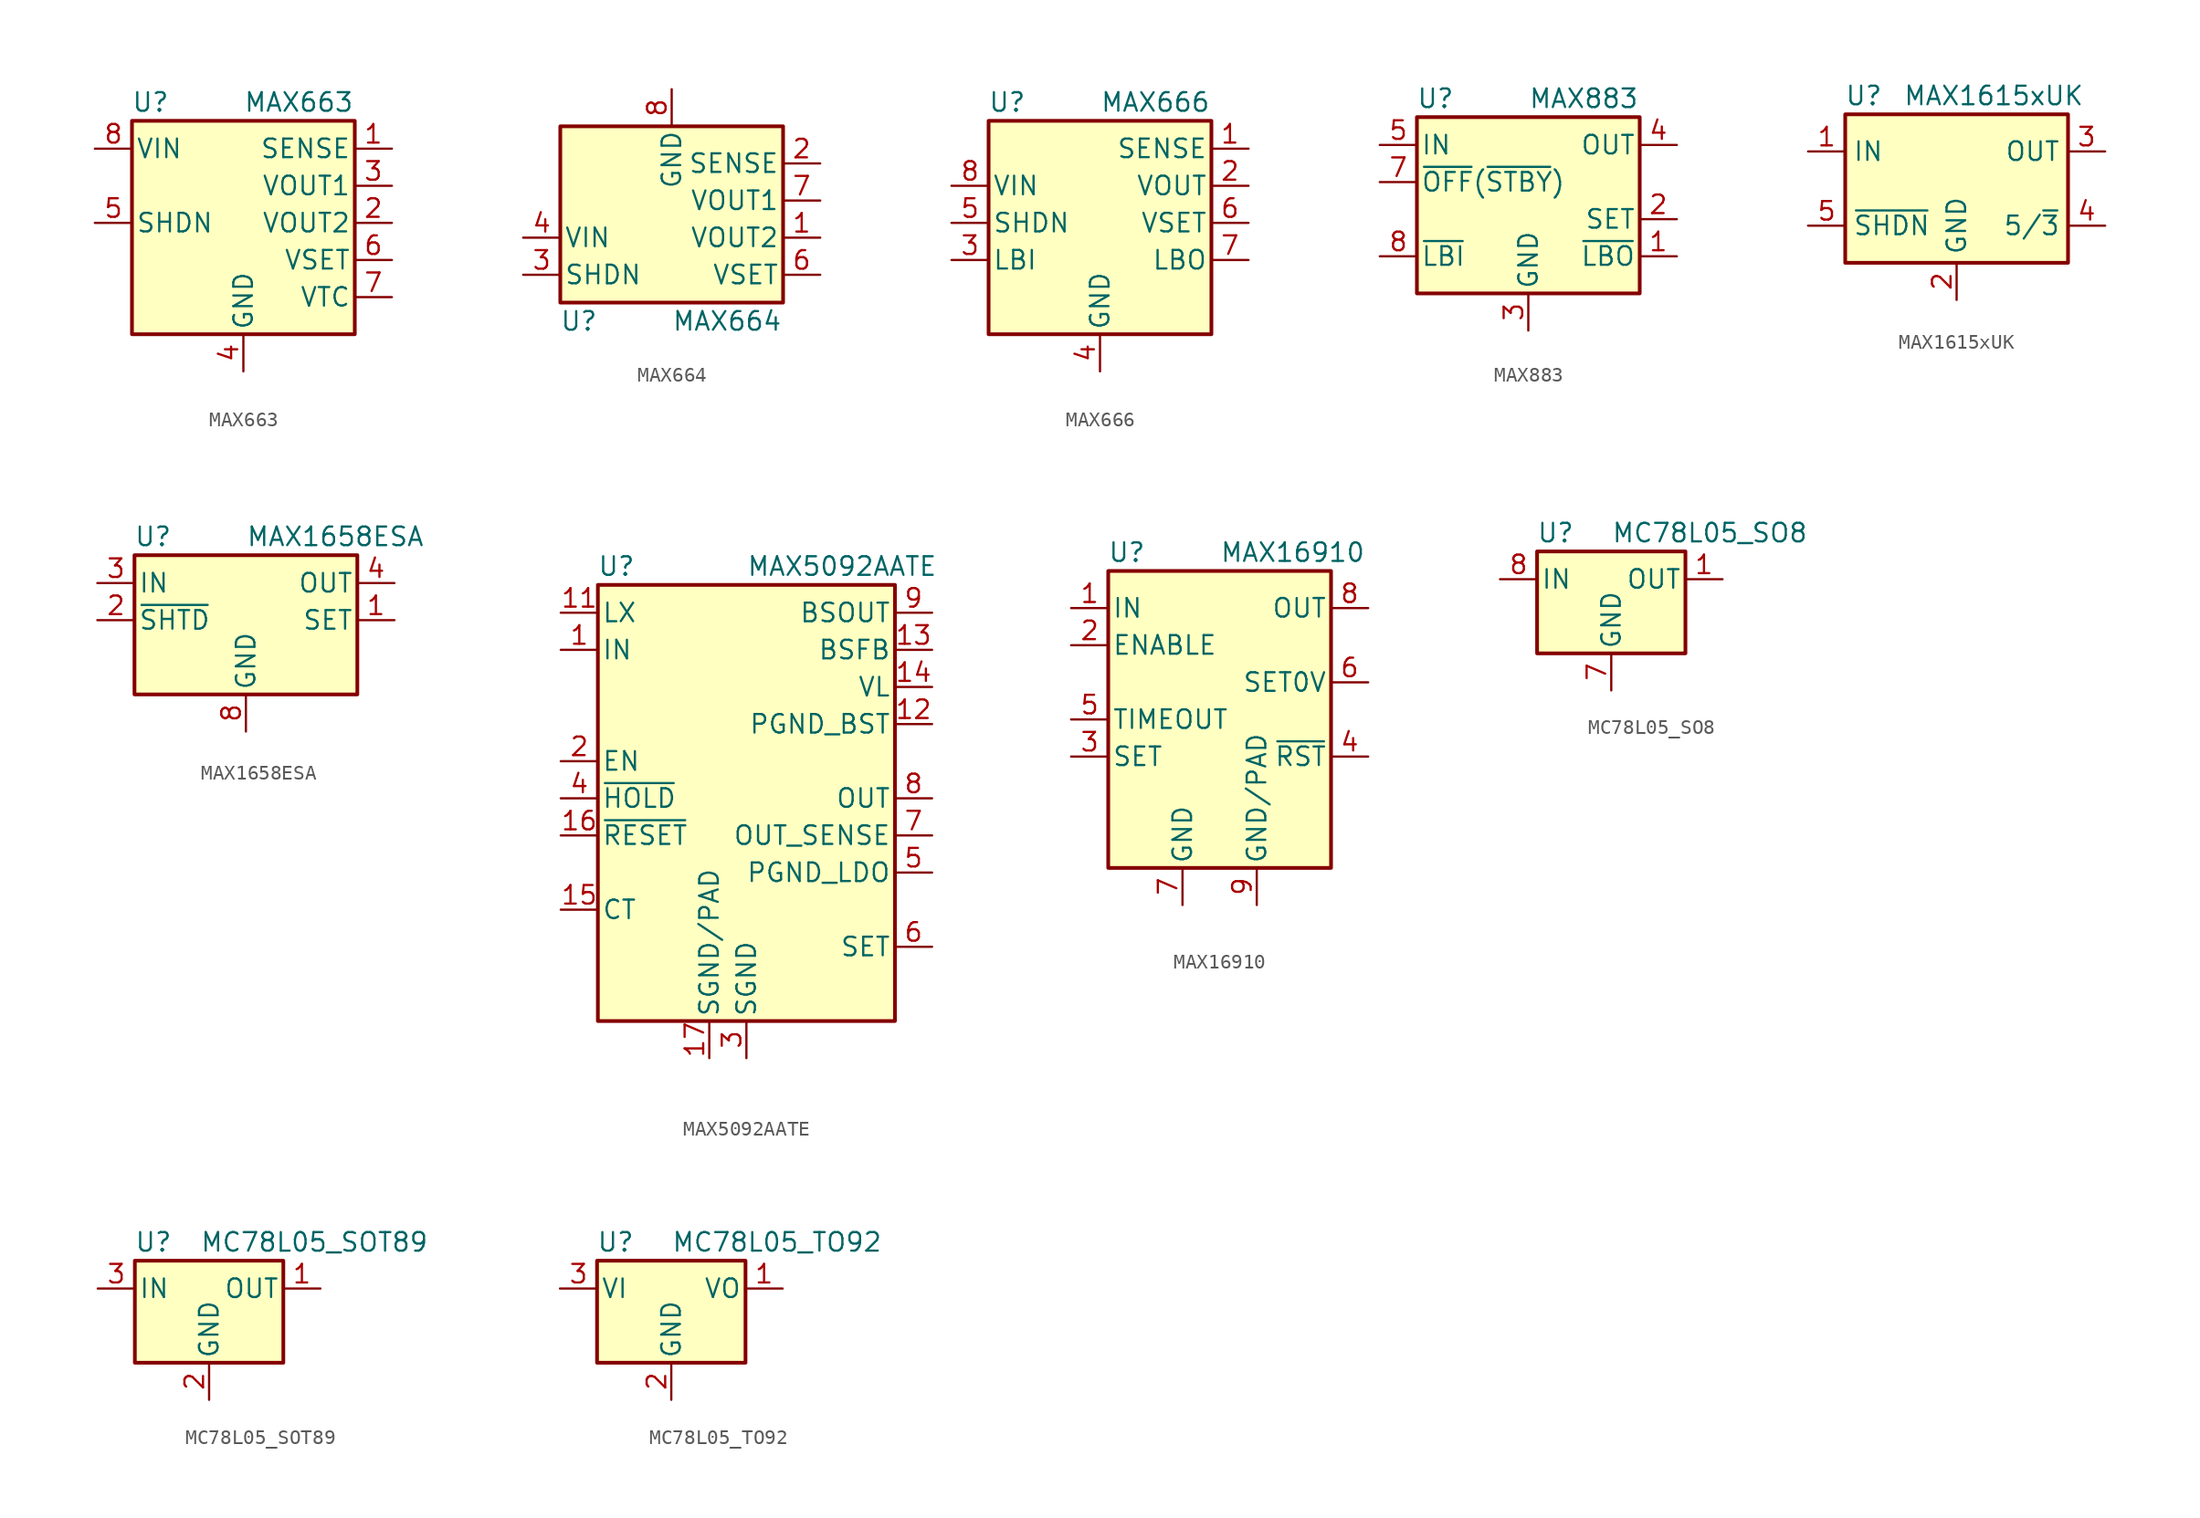
<source format=kicad_sym>
(kicad_symbol_lib
  (version 20220914)
  (generator kicad_symbol_editor)
  (symbol "MAX663"
    (pin_names
      (offset 0.254))
    (property "Reference" "U"
      (at -6.35 8.255 0)
      (effects (font (size 1.27 1.27))))
    (property "Value" "MAX663"
      (at 0 8.255 0)
      (effects (font (size 1.27 1.27)) (justify left)))
    (symbol "MAX663_0_1"
      (rectangle (start -7.62 -7.62) (end 7.62 6.985) (stroke (width 0.254) (type solid)) (fill (type background))))
    (symbol "MAX663_1_1"
      (pin input line (at 10.16 5.08 180) (length 2.54) (name "SENSE" (effects (font (size 1.27 1.27)))) (number "1" (effects (font (size 1.27 1.27)))))
      (pin power_out line (at 10.16 0 180) (length 2.54) (name "VOUT2" (effects (font (size 1.27 1.27)))) (number "2" (effects (font (size 1.27 1.27)))))
      (pin power_out line (at 10.16 2.54 180) (length 2.54) (name "VOUT1" (effects (font (size 1.27 1.27)))) (number "3" (effects (font (size 1.27 1.27)))))
      (pin power_in line (at 0 -10.16 90) (length 2.54) (name "GND" (effects (font (size 1.27 1.27)))) (number "4" (effects (font (size 1.27 1.27)))))
      (pin input line (at -10.16 0 0) (length 2.54) (name "SHDN" (effects (font (size 1.27 1.27)))) (number "5" (effects (font (size 1.27 1.27)))))
      (pin input line (at 10.16 -2.54 180) (length 2.54) (name "VSET" (effects (font (size 1.27 1.27)))) (number "6" (effects (font (size 1.27 1.27)))))
      (pin output line (at 10.16 -5.08 180) (length 2.54) (name "VTC" (effects (font (size 1.27 1.27)))) (number "7" (effects (font (size 1.27 1.27)))))
      (pin power_in line (at -10.16 5.08 0) (length 2.54) (name "VIN" (effects (font (size 1.27 1.27)))) (number "8" (effects (font (size 1.27 1.27)))))))
  (symbol "MAX664"
    (pin_names
      (offset 0.254))
    (property "Reference" "U"
      (at -6.35 -8.255 0)
      (effects (font (size 1.27 1.27))))
    (property "Value" "MAX664"
      (at 0 -8.255 0)
      (effects (font (size 1.27 1.27)) (justify left)))
    (symbol "MAX664_0_1"
      (rectangle (start -7.62 -6.985) (end 7.62 5.08) (stroke (width 0.254) (type solid)) (fill (type background))))
    (symbol "MAX664_1_1"
      (pin power_out line (at 10.16 -2.54 180) (length 2.54) (name "VOUT2" (effects (font (size 1.27 1.27)))) (number "1" (effects (font (size 1.27 1.27)))))
      (pin input line (at 10.16 2.54 180) (length 2.54) (name "SENSE" (effects (font (size 1.27 1.27)))) (number "2" (effects (font (size 1.27 1.27)))))
      (pin input line (at -10.16 -5.08 0) (length 2.54) (name "SHDN" (effects (font (size 1.27 1.27)))) (number "3" (effects (font (size 1.27 1.27)))))
      (pin power_in line (at -10.16 -2.54 0) (length 2.54) (name "VIN" (effects (font (size 1.27 1.27)))) (number "4" (effects (font (size 1.27 1.27)))))
      (pin input line (at -10.16 -5.08 0) (length 2.54) hide (name "SHDN" (effects (font (size 1.27 1.27)))) (number "5" (effects (font (size 1.27 1.27)))))
      (pin input line (at 10.16 -5.08 180) (length 2.54) (name "VSET" (effects (font (size 1.27 1.27)))) (number "6" (effects (font (size 1.27 1.27)))))
      (pin power_out line (at 10.16 0 180) (length 2.54) (name "VOUT1" (effects (font (size 1.27 1.27)))) (number "7" (effects (font (size 1.27 1.27)))))
      (pin power_in line (at 0 7.62 270) (length 2.54) (name "GND" (effects (font (size 1.27 1.27)))) (number "8" (effects (font (size 1.27 1.27)))))))
  (symbol "MAX666"
    (pin_names
      (offset 0.254))
    (property "Reference" "U"
      (at -6.35 8.255 0)
      (effects (font (size 1.27 1.27))))
    (property "Value" "MAX666"
      (at 0 8.255 0)
      (effects (font (size 1.27 1.27)) (justify left)))
    (symbol "MAX666_0_1"
      (rectangle (start -7.62 -7.62) (end 7.62 6.985) (stroke (width 0.254) (type solid)) (fill (type background))))
    (symbol "MAX666_1_1"
      (pin input line (at 10.16 5.08 180) (length 2.54) (name "SENSE" (effects (font (size 1.27 1.27)))) (number "1" (effects (font (size 1.27 1.27)))))
      (pin power_out line (at 10.16 2.54 180) (length 2.54) (name "VOUT" (effects (font (size 1.27 1.27)))) (number "2" (effects (font (size 1.27 1.27)))))
      (pin input line (at -10.16 -2.54 0) (length 2.54) (name "LBI" (effects (font (size 1.27 1.27)))) (number "3" (effects (font (size 1.27 1.27)))))
      (pin power_in line (at 0 -10.16 90) (length 2.54) (name "GND" (effects (font (size 1.27 1.27)))) (number "4" (effects (font (size 1.27 1.27)))))
      (pin input line (at -10.16 0 0) (length 2.54) (name "SHDN" (effects (font (size 1.27 1.27)))) (number "5" (effects (font (size 1.27 1.27)))))
      (pin input line (at 10.16 0 180) (length 2.54) (name "VSET" (effects (font (size 1.27 1.27)))) (number "6" (effects (font (size 1.27 1.27)))))
      (pin output line (at 10.16 -2.54 180) (length 2.54) (name "LBO" (effects (font (size 1.27 1.27)))) (number "7" (effects (font (size 1.27 1.27)))))
      (pin power_in line (at -10.16 2.54 0) (length 2.54) (name "VIN" (effects (font (size 1.27 1.27)))) (number "8" (effects (font (size 1.27 1.27)))))))
  (symbol "MAX883"
    (pin_names
      (offset 0.254))
    (property "Reference" "U"
      (at -6.35 8.255 0)
      (effects (font (size 1.27 1.27))))
    (property "Value" "MAX883"
      (at 0 8.255 0)
      (effects (font (size 1.27 1.27)) (justify left)))
    (symbol "MAX883_0_1"
      (rectangle (start -7.62 6.985) (end 7.62 -5.08) (stroke (width 0.254) (type solid)) (fill (type background))))
    (symbol "MAX883_1_1"
      (pin open_collector line (at 10.16 -2.54 180) (length 2.54) (name "~{LBO}" (effects (font (size 1.27 1.27)))) (number "1" (effects (font (size 1.27 1.27)))))
      (pin passive line (at 10.16 0 180) (length 2.54) (name "SET" (effects (font (size 1.27 1.27)))) (number "2" (effects (font (size 1.27 1.27)))))
      (pin power_in line (at 0 -7.62 90) (length 2.54) (name "GND" (effects (font (size 1.27 1.27)))) (number "3" (effects (font (size 1.27 1.27)))))
      (pin power_out line (at 10.16 5.08 180) (length 2.54) (name "OUT" (effects (font (size 1.27 1.27)))) (number "4" (effects (font (size 1.27 1.27)))))
      (pin power_in line (at -10.16 5.08 0) (length 2.54) (name "IN" (effects (font (size 1.27 1.27)))) (number "5" (effects (font (size 1.27 1.27)))))
      (pin passive line (at 0 -7.62 90) (length 2.54) hide (name "GND" (effects (font (size 1.27 1.27)))) (number "6" (effects (font (size 1.27 1.27)))))
      (pin input line (at -10.16 2.54 0) (length 2.54) (name "~{OFF}(~{STBY})" (effects (font (size 1.27 1.27)))) (number "7" (effects (font (size 1.27 1.27)))))
      (pin input line (at -10.16 -2.54 0) (length 2.54) (name "~{LBI}" (effects (font (size 1.27 1.27)))) (number "8" (effects (font (size 1.27 1.27)))))))
  (symbol "MAX1615xUK"
    (property "Reference" "U"
      (at -6.35 6.35 0)
      (effects (font (size 1.27 1.27))))
    (property "Value" "MAX1615xUK"
      (at 2.54 6.35 0)
      (effects (font (size 1.27 1.27))))
    (symbol "MAX1615xUK_1_1"
      (rectangle (start -7.62 5.08) (end 7.62 -5.08) (stroke (width 0.254) (type solid)) (fill (type background)))
      (pin power_in line (at -10.16 2.54 0) (length 2.54) (name "IN" (effects (font (size 1.27 1.27)))) (number "1" (effects (font (size 1.27 1.27)))))
      (pin power_in line (at 0 -7.62 90) (length 2.54) (name "GND" (effects (font (size 1.27 1.27)))) (number "2" (effects (font (size 1.27 1.27)))))
      (pin power_out line (at 10.16 2.54 180) (length 2.54) (name "OUT" (effects (font (size 1.27 1.27)))) (number "3" (effects (font (size 1.27 1.27)))))
      (pin input line (at 10.16 -2.54 180) (length 2.54) (name "5/~{3}" (effects (font (size 1.27 1.27)))) (number "4" (effects (font (size 1.27 1.27)))))
      (pin input line (at -10.16 -2.54 0) (length 2.54) (name "~{SHDN}" (effects (font (size 1.27 1.27)))) (number "5" (effects (font (size 1.27 1.27)))))))
  (symbol "MAX1658ESA"
    (pin_names
      (offset 0.254))
    (property "Reference" "U"
      (at -6.35 5.715 0)
      (effects (font (size 1.27 1.27))))
    (property "Value" "MAX1658ESA"
      (at 0 5.715 0)
      (effects (font (size 1.27 1.27)) (justify left)))
    (symbol "MAX1658ESA_0_1"
      (rectangle (start -7.62 4.445) (end 7.62 -5.08) (stroke (width 0.254) (type solid)) (fill (type background))))
    (symbol "MAX1658ESA_1_1"
      (pin passive line (at 10.16 0 180) (length 2.54) (name "SET" (effects (font (size 1.27 1.27)))) (number "1" (effects (font (size 1.27 1.27)))))
      (pin input line (at -10.16 0 0) (length 2.54) (name "~{SHTD}" (effects (font (size 1.27 1.27)))) (number "2" (effects (font (size 1.27 1.27)))))
      (pin power_in line (at -10.16 2.54 0) (length 2.54) (name "IN" (effects (font (size 1.27 1.27)))) (number "3" (effects (font (size 1.27 1.27)))))
      (pin power_out line (at 10.16 2.54 180) (length 2.54) (name "OUT" (effects (font (size 1.27 1.27)))) (number "4" (effects (font (size 1.27 1.27)))))
      (pin passive line (at 10.16 2.54 180) (length 2.54) hide (name "OUT" (effects (font (size 1.27 1.27)))) (number "5" (effects (font (size 1.27 1.27)))))
      (pin passive line (at -10.16 2.54 0) (length 2.54) hide (name "IN" (effects (font (size 1.27 1.27)))) (number "6" (effects (font (size 1.27 1.27)))))
      (pin passive line (at -10.16 2.54 0) (length 2.54) hide (name "IN" (effects (font (size 1.27 1.27)))) (number "7" (effects (font (size 1.27 1.27)))))
      (pin power_in line (at 0 -7.62 90) (length 2.54) (name "GND" (effects (font (size 1.27 1.27)))) (number "8" (effects (font (size 1.27 1.27)))))))
  (symbol "MAX5092AATE"
    (pin_names
      (offset 0.254))
    (property "Reference" "U"
      (at -8.89 15.875 0)
      (effects (font (size 1.27 1.27))))
    (property "Value" "MAX5092AATE"
      (at 0 15.875 0)
      (effects (font (size 1.27 1.27)) (justify left)))
    (symbol "MAX5092AATE_0_1"
      (rectangle (start -10.16 14.605) (end 10.16 -15.24) (stroke (width 0.254) (type solid)) (fill (type background))))
    (symbol "MAX5092AATE_1_1"
      (pin power_in line (at -12.7 10.16 0) (length 2.54) (name "IN" (effects (font (size 1.27 1.27)))) (number "1" (effects (font (size 1.27 1.27)))))
      (pin passive line (at -12.7 12.7 0) (length 2.54) hide (name "LX" (effects (font (size 1.27 1.27)))) (number "10" (effects (font (size 1.27 1.27)))))
      (pin passive line (at -12.7 12.7 0) (length 2.54) (name "LX" (effects (font (size 1.27 1.27)))) (number "11" (effects (font (size 1.27 1.27)))))
      (pin power_in line (at 12.7 5.08 180) (length 2.54) (name "PGND_BST" (effects (font (size 1.27 1.27)))) (number "12" (effects (font (size 1.27 1.27)))))
      (pin input line (at 12.7 10.16 180) (length 2.54) (name "BSFB" (effects (font (size 1.27 1.27)))) (number "13" (effects (font (size 1.27 1.27)))))
      (pin passive line (at 12.7 7.62 180) (length 2.54) (name "VL" (effects (font (size 1.27 1.27)))) (number "14" (effects (font (size 1.27 1.27)))))
      (pin passive line (at -12.7 -7.62 0) (length 2.54) (name "CT" (effects (font (size 1.27 1.27)))) (number "15" (effects (font (size 1.27 1.27)))))
      (pin open_collector line (at -12.7 -2.54 0) (length 2.54) (name "~{RESET}" (effects (font (size 1.27 1.27)))) (number "16" (effects (font (size 1.27 1.27)))))
      (pin power_in line (at -2.54 -17.78 90) (length 2.54) (name "SGND/PAD" (effects (font (size 1.27 1.27)))) (number "17" (effects (font (size 1.27 1.27)))))
      (pin input line (at -12.7 2.54 0) (length 2.54) (name "EN" (effects (font (size 1.27 1.27)))) (number "2" (effects (font (size 1.27 1.27)))))
      (pin power_in line (at 0 -17.78 90) (length 2.54) (name "SGND" (effects (font (size 1.27 1.27)))) (number "3" (effects (font (size 1.27 1.27)))))
      (pin input line (at -12.7 0 0) (length 2.54) (name "~{HOLD}" (effects (font (size 1.27 1.27)))) (number "4" (effects (font (size 1.27 1.27)))))
      (pin power_in line (at 12.7 -5.08 180) (length 2.54) (name "PGND_LDO" (effects (font (size 1.27 1.27)))) (number "5" (effects (font (size 1.27 1.27)))))
      (pin input line (at 12.7 -10.16 180) (length 2.54) (name "SET" (effects (font (size 1.27 1.27)))) (number "6" (effects (font (size 1.27 1.27)))))
      (pin input line (at 12.7 -2.54 180) (length 2.54) (name "OUT_SENSE" (effects (font (size 1.27 1.27)))) (number "7" (effects (font (size 1.27 1.27)))))
      (pin power_out line (at 12.7 0 180) (length 2.54) (name "OUT" (effects (font (size 1.27 1.27)))) (number "8" (effects (font (size 1.27 1.27)))))
      (pin power_out line (at 12.7 12.7 180) (length 2.54) (name "BSOUT" (effects (font (size 1.27 1.27)))) (number "9" (effects (font (size 1.27 1.27)))))))
  (symbol "MAX16910"
    (pin_names
      (offset 0.254))
    (property "Reference" "U"
      (at -6.35 11.43 0)
      (effects (font (size 1.27 1.27))))
    (property "Value" "MAX16910"
      (at 0 11.43 0)
      (effects (font (size 1.27 1.27)) (justify left)))
    (symbol "MAX16910_0_1"
      (rectangle (start -7.62 10.16) (end 7.62 -10.16) (stroke (width 0.254) (type solid)) (fill (type background))))
    (symbol "MAX16910_1_1"
      (pin power_in line (at -10.16 7.62 0) (length 2.54) (name "IN" (effects (font (size 1.27 1.27)))) (number "1" (effects (font (size 1.27 1.27)))))
      (pin input line (at -10.16 5.08 0) (length 2.54) (name "ENABLE" (effects (font (size 1.27 1.27)))) (number "2" (effects (font (size 1.27 1.27)))))
      (pin input line (at -10.16 -2.54 0) (length 2.54) (name "SET" (effects (font (size 1.27 1.27)))) (number "3" (effects (font (size 1.27 1.27)))))
      (pin open_collector line (at 10.16 -2.54 180) (length 2.54) (name "~{RST}" (effects (font (size 1.27 1.27)))) (number "4" (effects (font (size 1.27 1.27)))))
      (pin passive line (at -10.16 0 0) (length 2.54) (name "TIMEOUT" (effects (font (size 1.27 1.27)))) (number "5" (effects (font (size 1.27 1.27)))))
      (pin input line (at 10.16 2.54 180) (length 2.54) (name "SET0V" (effects (font (size 1.27 1.27)))) (number "6" (effects (font (size 1.27 1.27)))))
      (pin power_in line (at -2.54 -12.7 90) (length 2.54) (name "GND" (effects (font (size 1.27 1.27)))) (number "7" (effects (font (size 1.27 1.27)))))
      (pin power_out line (at 10.16 7.62 180) (length 2.54) (name "OUT" (effects (font (size 1.27 1.27)))) (number "8" (effects (font (size 1.27 1.27)))))
      (pin power_in line (at 2.54 -12.7 90) (length 2.54) (name "GND/PAD" (effects (font (size 1.27 1.27)))) (number "9" (effects (font (size 1.27 1.27)))))))
  (symbol "MC78L05_SO8"
    (pin_names
      (offset 0.254))
    (property "Reference" "U"
      (at -3.81 3.175 0)
      (effects (font (size 1.27 1.27))))
    (property "Value" "MC78L05_SO8"
      (at 0 3.175 0)
      (effects (font (size 1.27 1.27)) (justify left)))
    (symbol "MC78L05_SO8_0_1"
      (rectangle (start -5.08 1.905) (end 5.08 -5.08) (stroke (width 0.254) (type solid)) (fill (type background))))
    (symbol "MC78L05_SO8_1_1"
      (pin power_out line (at 7.62 0 180) (length 2.54) (name "OUT" (effects (font (size 1.27 1.27)))) (number "1" (effects (font (size 1.27 1.27)))))
      (pin passive line (at 0 -7.62 90) (length 2.54) hide (name "GND" (effects (font (size 1.27 1.27)))) (number "2" (effects (font (size 1.27 1.27)))))
      (pin passive line (at 0 -7.62 90) (length 2.54) hide (name "GND" (effects (font (size 1.27 1.27)))) (number "3" (effects (font (size 1.27 1.27)))))
      (pin no_connect line (at -7.62 -2.54 0) (length 2.54) hide (name "NC" (effects (font (size 1.27 1.27)))) (number "4" (effects (font (size 1.27 1.27)))))
      (pin no_connect line (at 7.62 -2.54 180) (length 2.54) hide (name "NC" (effects (font (size 1.27 1.27)))) (number "5" (effects (font (size 1.27 1.27)))))
      (pin passive line (at 0 -7.62 90) (length 2.54) hide (name "GND" (effects (font (size 1.27 1.27)))) (number "6" (effects (font (size 1.27 1.27)))))
      (pin power_in line (at 0 -7.62 90) (length 2.54) (name "GND" (effects (font (size 1.27 1.27)))) (number "7" (effects (font (size 1.27 1.27)))))
      (pin power_in line (at -7.62 0 0) (length 2.54) (name "IN" (effects (font (size 1.27 1.27)))) (number "8" (effects (font (size 1.27 1.27)))))))
  (symbol "MC78L05_SOT89"
    (pin_names
      (offset 0.254))
    (property "Reference" "U"
      (at -3.81 3.175 0)
      (effects (font (size 1.27 1.27))))
    (property "Value" "MC78L05_SOT89"
      (at -0.635 3.175 0)
      (effects (font (size 1.27 1.27)) (justify left)))
    (symbol "MC78L05_SOT89_0_1"
      (rectangle (start -5.08 1.905) (end 5.08 -5.08) (stroke (width 0.254) (type solid)) (fill (type background))))
    (symbol "MC78L05_SOT89_1_1"
      (pin power_out line (at 7.62 0 180) (length 2.54) (name "OUT" (effects (font (size 1.27 1.27)))) (number "1" (effects (font (size 1.27 1.27)))))
      (pin power_in line (at 0 -7.62 90) (length 2.54) (name "GND" (effects (font (size 1.27 1.27)))) (number "2" (effects (font (size 1.27 1.27)))))
      (pin power_in line (at -7.62 0 0) (length 2.54) (name "IN" (effects (font (size 1.27 1.27)))) (number "3" (effects (font (size 1.27 1.27)))))))
  (symbol "MC78L05_TO92"
    (pin_names
      (offset 0.254))
    (property "Reference" "U"
      (at -3.81 3.175 0)
      (effects (font (size 1.27 1.27))))
    (property "Value" "MC78L05_TO92"
      (at 0 3.175 0)
      (effects (font (size 1.27 1.27)) (justify left)))
    (symbol "MC78L05_TO92_0_1"
      (rectangle (start -5.08 -5.08) (end 5.08 1.905) (stroke (width 0.254) (type solid)) (fill (type background))))
    (symbol "MC78L05_TO92_1_1"
      (pin power_out line (at 7.62 0 180) (length 2.54) (name "VO" (effects (font (size 1.27 1.27)))) (number "1" (effects (font (size 1.27 1.27)))))
      (pin power_in line (at 0 -7.62 90) (length 2.54) (name "GND" (effects (font (size 1.27 1.27)))) (number "2" (effects (font (size 1.27 1.27)))))
      (pin power_in line (at -7.62 0 0) (length 2.54) (name "VI" (effects (font (size 1.27 1.27)))) (number "3" (effects (font (size 1.27 1.27))))))))
</source>
